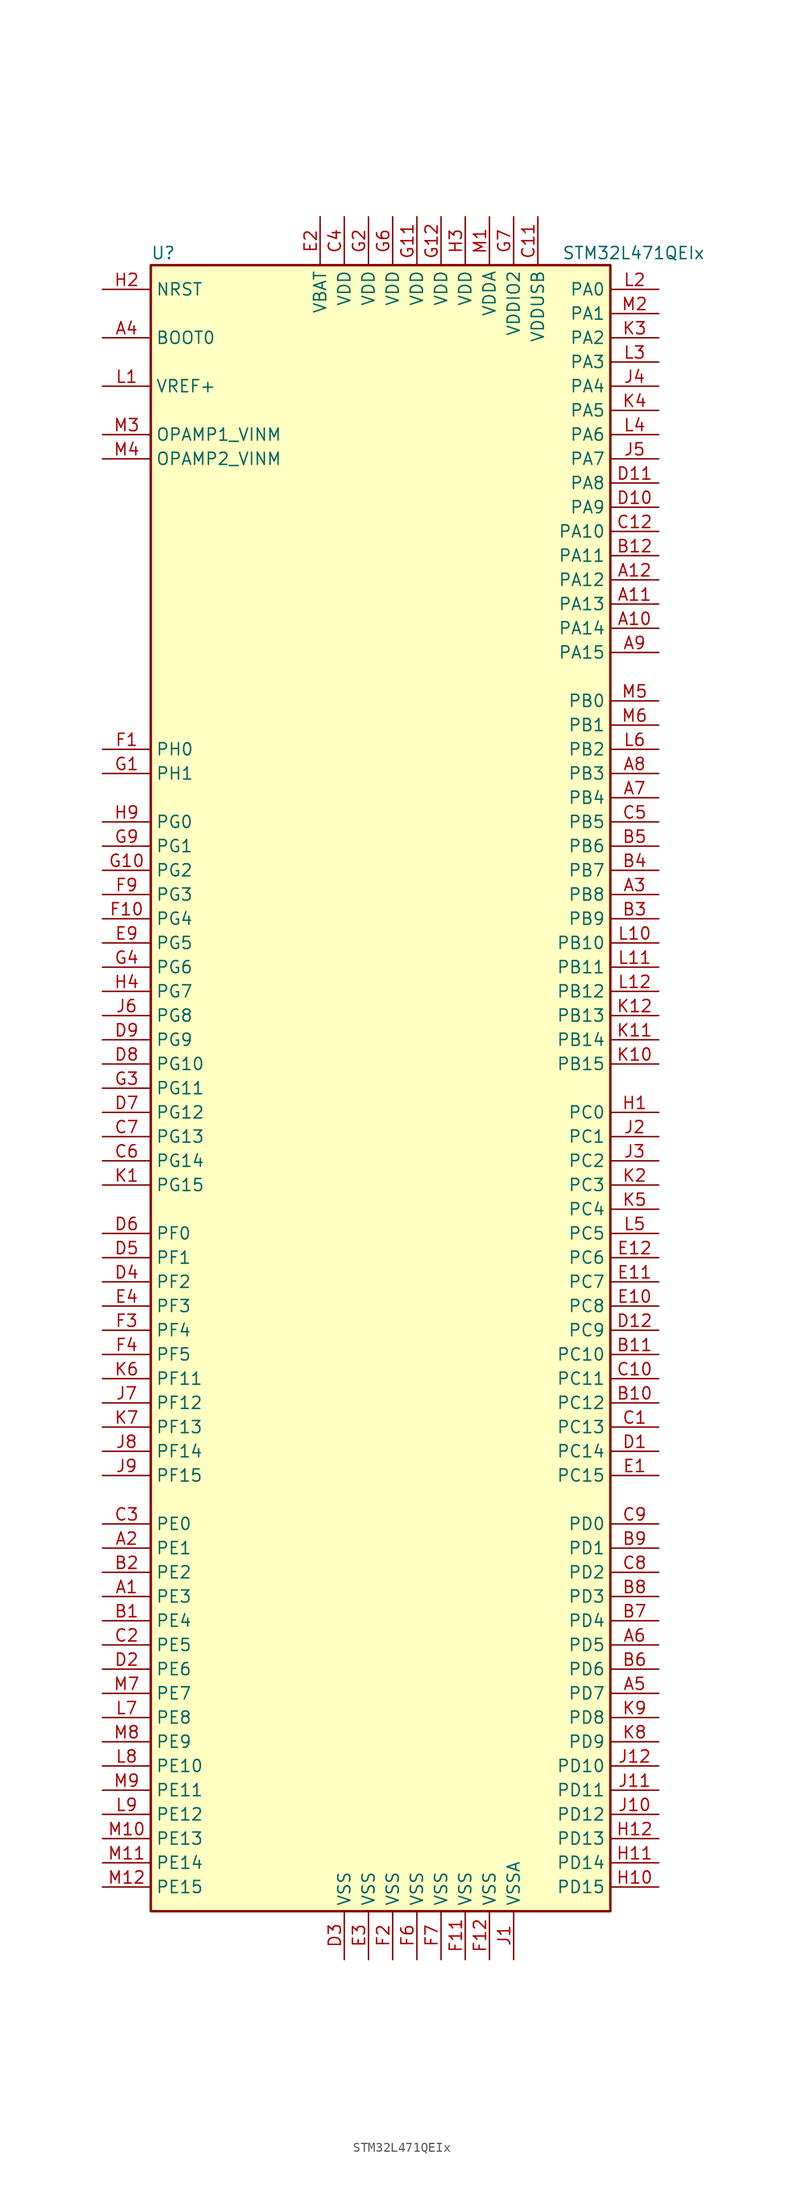
<source format=kicad_sym>
(kicad_symbol_lib
  (version 20201005)
  (generator kicad_symbol_editor)
  (symbol "STM32L471QEIx"
    (property "Reference" "U"
      (at -25.4 87.63 0)
      (effects (font (size 1.27 1.27)) (justify left)))
    (property "Value" "STM32L471QEIx"
      (at 17.78 87.63 0)
      (effects (font (size 1.27 1.27)) (justify left)))
    (symbol "STM32L471QEIx_0_1"
      (rectangle (start -25.4 -86.36) (end 22.86 86.36) (stroke (width 0.254)) (fill (type background))))
    (symbol "STM32L471QEIx_1_1"
      (pin input line (at -30.48 78.74 0) (length 5.08) (name "BOOT0" (effects (font (size 1.27 1.27)))) (number "A4" (effects (font (size 1.27 1.27)))))
      (pin input line (at -30.48 83.82 0) (length 5.08) (name "NRST" (effects (font (size 1.27 1.27)))) (number "H2" (effects (font (size 1.27 1.27)))))
      (pin bidirectional line (at -30.48 68.58 0) (length 5.08) (name "OPAMP1_VINM" (effects (font (size 1.27 1.27)))) (number "M3" (effects (font (size 1.27 1.27)))))
      (pin bidirectional line (at -30.48 66.04 0) (length 5.08) (name "OPAMP2_VINM" (effects (font (size 1.27 1.27)))) (number "M4" (effects (font (size 1.27 1.27)))))
      (pin bidirectional line (at 27.94 83.82 180) (length 5.08) (name "PA0" (effects (font (size 1.27 1.27)))) (number "L2" (effects (font (size 1.27 1.27)))))
      (pin bidirectional line (at 27.94 81.28 180) (length 5.08) (name "PA1" (effects (font (size 1.27 1.27)))) (number "M2" (effects (font (size 1.27 1.27)))))
      (pin bidirectional line (at 27.94 58.42 180) (length 5.08) (name "PA10" (effects (font (size 1.27 1.27)))) (number "C12" (effects (font (size 1.27 1.27)))))
      (pin bidirectional line (at 27.94 55.88 180) (length 5.08) (name "PA11" (effects (font (size 1.27 1.27)))) (number "B12" (effects (font (size 1.27 1.27)))))
      (pin bidirectional line (at 27.94 53.34 180) (length 5.08) (name "PA12" (effects (font (size 1.27 1.27)))) (number "A12" (effects (font (size 1.27 1.27)))))
      (pin bidirectional line (at 27.94 50.8 180) (length 5.08) (name "PA13" (effects (font (size 1.27 1.27)))) (number "A11" (effects (font (size 1.27 1.27)))))
      (pin bidirectional line (at 27.94 48.26 180) (length 5.08) (name "PA14" (effects (font (size 1.27 1.27)))) (number "A10" (effects (font (size 1.27 1.27)))))
      (pin bidirectional line (at 27.94 45.72 180) (length 5.08) (name "PA15" (effects (font (size 1.27 1.27)))) (number "A9" (effects (font (size 1.27 1.27)))))
      (pin bidirectional line (at 27.94 78.74 180) (length 5.08) (name "PA2" (effects (font (size 1.27 1.27)))) (number "K3" (effects (font (size 1.27 1.27)))))
      (pin bidirectional line (at 27.94 76.2 180) (length 5.08) (name "PA3" (effects (font (size 1.27 1.27)))) (number "L3" (effects (font (size 1.27 1.27)))))
      (pin bidirectional line (at 27.94 73.66 180) (length 5.08) (name "PA4" (effects (font (size 1.27 1.27)))) (number "J4" (effects (font (size 1.27 1.27)))))
      (pin bidirectional line (at 27.94 71.12 180) (length 5.08) (name "PA5" (effects (font (size 1.27 1.27)))) (number "K4" (effects (font (size 1.27 1.27)))))
      (pin bidirectional line (at 27.94 68.58 180) (length 5.08) (name "PA6" (effects (font (size 1.27 1.27)))) (number "L4" (effects (font (size 1.27 1.27)))))
      (pin bidirectional line (at 27.94 66.04 180) (length 5.08) (name "PA7" (effects (font (size 1.27 1.27)))) (number "J5" (effects (font (size 1.27 1.27)))))
      (pin bidirectional line (at 27.94 63.5 180) (length 5.08) (name "PA8" (effects (font (size 1.27 1.27)))) (number "D11" (effects (font (size 1.27 1.27)))))
      (pin bidirectional line (at 27.94 60.96 180) (length 5.08) (name "PA9" (effects (font (size 1.27 1.27)))) (number "D10" (effects (font (size 1.27 1.27)))))
      (pin bidirectional line (at 27.94 40.64 180) (length 5.08) (name "PB0" (effects (font (size 1.27 1.27)))) (number "M5" (effects (font (size 1.27 1.27)))))
      (pin bidirectional line (at 27.94 38.1 180) (length 5.08) (name "PB1" (effects (font (size 1.27 1.27)))) (number "M6" (effects (font (size 1.27 1.27)))))
      (pin bidirectional line (at 27.94 15.24 180) (length 5.08) (name "PB10" (effects (font (size 1.27 1.27)))) (number "L10" (effects (font (size 1.27 1.27)))))
      (pin bidirectional line (at 27.94 12.7 180) (length 5.08) (name "PB11" (effects (font (size 1.27 1.27)))) (number "L11" (effects (font (size 1.27 1.27)))))
      (pin bidirectional line (at 27.94 10.16 180) (length 5.08) (name "PB12" (effects (font (size 1.27 1.27)))) (number "L12" (effects (font (size 1.27 1.27)))))
      (pin bidirectional line (at 27.94 7.62 180) (length 5.08) (name "PB13" (effects (font (size 1.27 1.27)))) (number "K12" (effects (font (size 1.27 1.27)))))
      (pin bidirectional line (at 27.94 5.08 180) (length 5.08) (name "PB14" (effects (font (size 1.27 1.27)))) (number "K11" (effects (font (size 1.27 1.27)))))
      (pin bidirectional line (at 27.94 2.54 180) (length 5.08) (name "PB15" (effects (font (size 1.27 1.27)))) (number "K10" (effects (font (size 1.27 1.27)))))
      (pin bidirectional line (at 27.94 35.56 180) (length 5.08) (name "PB2" (effects (font (size 1.27 1.27)))) (number "L6" (effects (font (size 1.27 1.27)))))
      (pin bidirectional line (at 27.94 33.02 180) (length 5.08) (name "PB3" (effects (font (size 1.27 1.27)))) (number "A8" (effects (font (size 1.27 1.27)))))
      (pin bidirectional line (at 27.94 30.48 180) (length 5.08) (name "PB4" (effects (font (size 1.27 1.27)))) (number "A7" (effects (font (size 1.27 1.27)))))
      (pin bidirectional line (at 27.94 27.94 180) (length 5.08) (name "PB5" (effects (font (size 1.27 1.27)))) (number "C5" (effects (font (size 1.27 1.27)))))
      (pin bidirectional line (at 27.94 25.4 180) (length 5.08) (name "PB6" (effects (font (size 1.27 1.27)))) (number "B5" (effects (font (size 1.27 1.27)))))
      (pin bidirectional line (at 27.94 22.86 180) (length 5.08) (name "PB7" (effects (font (size 1.27 1.27)))) (number "B4" (effects (font (size 1.27 1.27)))))
      (pin bidirectional line (at 27.94 20.32 180) (length 5.08) (name "PB8" (effects (font (size 1.27 1.27)))) (number "A3" (effects (font (size 1.27 1.27)))))
      (pin bidirectional line (at 27.94 17.78 180) (length 5.08) (name "PB9" (effects (font (size 1.27 1.27)))) (number "B3" (effects (font (size 1.27 1.27)))))
      (pin bidirectional line (at 27.94 -2.54 180) (length 5.08) (name "PC0" (effects (font (size 1.27 1.27)))) (number "H1" (effects (font (size 1.27 1.27)))))
      (pin bidirectional line (at 27.94 -5.08 180) (length 5.08) (name "PC1" (effects (font (size 1.27 1.27)))) (number "J2" (effects (font (size 1.27 1.27)))))
      (pin bidirectional line (at 27.94 -27.94 180) (length 5.08) (name "PC10" (effects (font (size 1.27 1.27)))) (number "B11" (effects (font (size 1.27 1.27)))))
      (pin bidirectional line (at 27.94 -30.48 180) (length 5.08) (name "PC11" (effects (font (size 1.27 1.27)))) (number "C10" (effects (font (size 1.27 1.27)))))
      (pin bidirectional line (at 27.94 -33.02 180) (length 5.08) (name "PC12" (effects (font (size 1.27 1.27)))) (number "B10" (effects (font (size 1.27 1.27)))))
      (pin bidirectional line (at 27.94 -35.56 180) (length 5.08) (name "PC13" (effects (font (size 1.27 1.27)))) (number "C1" (effects (font (size 1.27 1.27)))))
      (pin bidirectional line (at 27.94 -38.1 180) (length 5.08) (name "PC14" (effects (font (size 1.27 1.27)))) (number "D1" (effects (font (size 1.27 1.27)))))
      (pin bidirectional line (at 27.94 -40.64 180) (length 5.08) (name "PC15" (effects (font (size 1.27 1.27)))) (number "E1" (effects (font (size 1.27 1.27)))))
      (pin bidirectional line (at 27.94 -7.62 180) (length 5.08) (name "PC2" (effects (font (size 1.27 1.27)))) (number "J3" (effects (font (size 1.27 1.27)))))
      (pin bidirectional line (at 27.94 -10.16 180) (length 5.08) (name "PC3" (effects (font (size 1.27 1.27)))) (number "K2" (effects (font (size 1.27 1.27)))))
      (pin bidirectional line (at 27.94 -12.7 180) (length 5.08) (name "PC4" (effects (font (size 1.27 1.27)))) (number "K5" (effects (font (size 1.27 1.27)))))
      (pin bidirectional line (at 27.94 -15.24 180) (length 5.08) (name "PC5" (effects (font (size 1.27 1.27)))) (number "L5" (effects (font (size 1.27 1.27)))))
      (pin bidirectional line (at 27.94 -17.78 180) (length 5.08) (name "PC6" (effects (font (size 1.27 1.27)))) (number "E12" (effects (font (size 1.27 1.27)))))
      (pin bidirectional line (at 27.94 -20.32 180) (length 5.08) (name "PC7" (effects (font (size 1.27 1.27)))) (number "E11" (effects (font (size 1.27 1.27)))))
      (pin bidirectional line (at 27.94 -22.86 180) (length 5.08) (name "PC8" (effects (font (size 1.27 1.27)))) (number "E10" (effects (font (size 1.27 1.27)))))
      (pin bidirectional line (at 27.94 -25.4 180) (length 5.08) (name "PC9" (effects (font (size 1.27 1.27)))) (number "D12" (effects (font (size 1.27 1.27)))))
      (pin bidirectional line (at 27.94 -45.72 180) (length 5.08) (name "PD0" (effects (font (size 1.27 1.27)))) (number "C9" (effects (font (size 1.27 1.27)))))
      (pin bidirectional line (at 27.94 -48.26 180) (length 5.08) (name "PD1" (effects (font (size 1.27 1.27)))) (number "B9" (effects (font (size 1.27 1.27)))))
      (pin bidirectional line (at 27.94 -71.12 180) (length 5.08) (name "PD10" (effects (font (size 1.27 1.27)))) (number "J12" (effects (font (size 1.27 1.27)))))
      (pin bidirectional line (at 27.94 -73.66 180) (length 5.08) (name "PD11" (effects (font (size 1.27 1.27)))) (number "J11" (effects (font (size 1.27 1.27)))))
      (pin bidirectional line (at 27.94 -76.2 180) (length 5.08) (name "PD12" (effects (font (size 1.27 1.27)))) (number "J10" (effects (font (size 1.27 1.27)))))
      (pin bidirectional line (at 27.94 -78.74 180) (length 5.08) (name "PD13" (effects (font (size 1.27 1.27)))) (number "H12" (effects (font (size 1.27 1.27)))))
      (pin bidirectional line (at 27.94 -81.28 180) (length 5.08) (name "PD14" (effects (font (size 1.27 1.27)))) (number "H11" (effects (font (size 1.27 1.27)))))
      (pin bidirectional line (at 27.94 -83.82 180) (length 5.08) (name "PD15" (effects (font (size 1.27 1.27)))) (number "H10" (effects (font (size 1.27 1.27)))))
      (pin bidirectional line (at 27.94 -50.8 180) (length 5.08) (name "PD2" (effects (font (size 1.27 1.27)))) (number "C8" (effects (font (size 1.27 1.27)))))
      (pin bidirectional line (at 27.94 -53.34 180) (length 5.08) (name "PD3" (effects (font (size 1.27 1.27)))) (number "B8" (effects (font (size 1.27 1.27)))))
      (pin bidirectional line (at 27.94 -55.88 180) (length 5.08) (name "PD4" (effects (font (size 1.27 1.27)))) (number "B7" (effects (font (size 1.27 1.27)))))
      (pin bidirectional line (at 27.94 -58.42 180) (length 5.08) (name "PD5" (effects (font (size 1.27 1.27)))) (number "A6" (effects (font (size 1.27 1.27)))))
      (pin bidirectional line (at 27.94 -60.96 180) (length 5.08) (name "PD6" (effects (font (size 1.27 1.27)))) (number "B6" (effects (font (size 1.27 1.27)))))
      (pin bidirectional line (at 27.94 -63.5 180) (length 5.08) (name "PD7" (effects (font (size 1.27 1.27)))) (number "A5" (effects (font (size 1.27 1.27)))))
      (pin bidirectional line (at 27.94 -66.04 180) (length 5.08) (name "PD8" (effects (font (size 1.27 1.27)))) (number "K9" (effects (font (size 1.27 1.27)))))
      (pin bidirectional line (at 27.94 -68.58 180) (length 5.08) (name "PD9" (effects (font (size 1.27 1.27)))) (number "K8" (effects (font (size 1.27 1.27)))))
      (pin bidirectional line (at -30.48 -45.72 0) (length 5.08) (name "PE0" (effects (font (size 1.27 1.27)))) (number "C3" (effects (font (size 1.27 1.27)))))
      (pin bidirectional line (at -30.48 -48.26 0) (length 5.08) (name "PE1" (effects (font (size 1.27 1.27)))) (number "A2" (effects (font (size 1.27 1.27)))))
      (pin bidirectional line (at -30.48 -71.12 0) (length 5.08) (name "PE10" (effects (font (size 1.27 1.27)))) (number "L8" (effects (font (size 1.27 1.27)))))
      (pin bidirectional line (at -30.48 -73.66 0) (length 5.08) (name "PE11" (effects (font (size 1.27 1.27)))) (number "M9" (effects (font (size 1.27 1.27)))))
      (pin bidirectional line (at -30.48 -76.2 0) (length 5.08) (name "PE12" (effects (font (size 1.27 1.27)))) (number "L9" (effects (font (size 1.27 1.27)))))
      (pin bidirectional line (at -30.48 -78.74 0) (length 5.08) (name "PE13" (effects (font (size 1.27 1.27)))) (number "M10" (effects (font (size 1.27 1.27)))))
      (pin bidirectional line (at -30.48 -81.28 0) (length 5.08) (name "PE14" (effects (font (size 1.27 1.27)))) (number "M11" (effects (font (size 1.27 1.27)))))
      (pin bidirectional line (at -30.48 -83.82 0) (length 5.08) (name "PE15" (effects (font (size 1.27 1.27)))) (number "M12" (effects (font (size 1.27 1.27)))))
      (pin bidirectional line (at -30.48 -50.8 0) (length 5.08) (name "PE2" (effects (font (size 1.27 1.27)))) (number "B2" (effects (font (size 1.27 1.27)))))
      (pin bidirectional line (at -30.48 -53.34 0) (length 5.08) (name "PE3" (effects (font (size 1.27 1.27)))) (number "A1" (effects (font (size 1.27 1.27)))))
      (pin bidirectional line (at -30.48 -55.88 0) (length 5.08) (name "PE4" (effects (font (size 1.27 1.27)))) (number "B1" (effects (font (size 1.27 1.27)))))
      (pin bidirectional line (at -30.48 -58.42 0) (length 5.08) (name "PE5" (effects (font (size 1.27 1.27)))) (number "C2" (effects (font (size 1.27 1.27)))))
      (pin bidirectional line (at -30.48 -60.96 0) (length 5.08) (name "PE6" (effects (font (size 1.27 1.27)))) (number "D2" (effects (font (size 1.27 1.27)))))
      (pin bidirectional line (at -30.48 -63.5 0) (length 5.08) (name "PE7" (effects (font (size 1.27 1.27)))) (number "M7" (effects (font (size 1.27 1.27)))))
      (pin bidirectional line (at -30.48 -66.04 0) (length 5.08) (name "PE8" (effects (font (size 1.27 1.27)))) (number "L7" (effects (font (size 1.27 1.27)))))
      (pin bidirectional line (at -30.48 -68.58 0) (length 5.08) (name "PE9" (effects (font (size 1.27 1.27)))) (number "M8" (effects (font (size 1.27 1.27)))))
      (pin bidirectional line (at -30.48 -15.24 0) (length 5.08) (name "PF0" (effects (font (size 1.27 1.27)))) (number "D6" (effects (font (size 1.27 1.27)))))
      (pin bidirectional line (at -30.48 -17.78 0) (length 5.08) (name "PF1" (effects (font (size 1.27 1.27)))) (number "D5" (effects (font (size 1.27 1.27)))))
      (pin bidirectional line (at -30.48 -30.48 0) (length 5.08) (name "PF11" (effects (font (size 1.27 1.27)))) (number "K6" (effects (font (size 1.27 1.27)))))
      (pin bidirectional line (at -30.48 -33.02 0) (length 5.08) (name "PF12" (effects (font (size 1.27 1.27)))) (number "J7" (effects (font (size 1.27 1.27)))))
      (pin bidirectional line (at -30.48 -35.56 0) (length 5.08) (name "PF13" (effects (font (size 1.27 1.27)))) (number "K7" (effects (font (size 1.27 1.27)))))
      (pin bidirectional line (at -30.48 -38.1 0) (length 5.08) (name "PF14" (effects (font (size 1.27 1.27)))) (number "J8" (effects (font (size 1.27 1.27)))))
      (pin bidirectional line (at -30.48 -40.64 0) (length 5.08) (name "PF15" (effects (font (size 1.27 1.27)))) (number "J9" (effects (font (size 1.27 1.27)))))
      (pin bidirectional line (at -30.48 -20.32 0) (length 5.08) (name "PF2" (effects (font (size 1.27 1.27)))) (number "D4" (effects (font (size 1.27 1.27)))))
      (pin bidirectional line (at -30.48 -22.86 0) (length 5.08) (name "PF3" (effects (font (size 1.27 1.27)))) (number "E4" (effects (font (size 1.27 1.27)))))
      (pin bidirectional line (at -30.48 -25.4 0) (length 5.08) (name "PF4" (effects (font (size 1.27 1.27)))) (number "F3" (effects (font (size 1.27 1.27)))))
      (pin bidirectional line (at -30.48 -27.94 0) (length 5.08) (name "PF5" (effects (font (size 1.27 1.27)))) (number "F4" (effects (font (size 1.27 1.27)))))
      (pin bidirectional line (at -30.48 27.94 0) (length 5.08) (name "PG0" (effects (font (size 1.27 1.27)))) (number "H9" (effects (font (size 1.27 1.27)))))
      (pin bidirectional line (at -30.48 25.4 0) (length 5.08) (name "PG1" (effects (font (size 1.27 1.27)))) (number "G9" (effects (font (size 1.27 1.27)))))
      (pin bidirectional line (at -30.48 2.54 0) (length 5.08) (name "PG10" (effects (font (size 1.27 1.27)))) (number "D8" (effects (font (size 1.27 1.27)))))
      (pin bidirectional line (at -30.48 0 0) (length 5.08) (name "PG11" (effects (font (size 1.27 1.27)))) (number "G3" (effects (font (size 1.27 1.27)))))
      (pin bidirectional line (at -30.48 -2.54 0) (length 5.08) (name "PG12" (effects (font (size 1.27 1.27)))) (number "D7" (effects (font (size 1.27 1.27)))))
      (pin bidirectional line (at -30.48 -5.08 0) (length 5.08) (name "PG13" (effects (font (size 1.27 1.27)))) (number "C7" (effects (font (size 1.27 1.27)))))
      (pin bidirectional line (at -30.48 -7.62 0) (length 5.08) (name "PG14" (effects (font (size 1.27 1.27)))) (number "C6" (effects (font (size 1.27 1.27)))))
      (pin bidirectional line (at -30.48 -10.16 0) (length 5.08) (name "PG15" (effects (font (size 1.27 1.27)))) (number "K1" (effects (font (size 1.27 1.27)))))
      (pin bidirectional line (at -30.48 22.86 0) (length 5.08) (name "PG2" (effects (font (size 1.27 1.27)))) (number "G10" (effects (font (size 1.27 1.27)))))
      (pin bidirectional line (at -30.48 20.32 0) (length 5.08) (name "PG3" (effects (font (size 1.27 1.27)))) (number "F9" (effects (font (size 1.27 1.27)))))
      (pin bidirectional line (at -30.48 17.78 0) (length 5.08) (name "PG4" (effects (font (size 1.27 1.27)))) (number "F10" (effects (font (size 1.27 1.27)))))
      (pin bidirectional line (at -30.48 15.24 0) (length 5.08) (name "PG5" (effects (font (size 1.27 1.27)))) (number "E9" (effects (font (size 1.27 1.27)))))
      (pin bidirectional line (at -30.48 12.7 0) (length 5.08) (name "PG6" (effects (font (size 1.27 1.27)))) (number "G4" (effects (font (size 1.27 1.27)))))
      (pin bidirectional line (at -30.48 10.16 0) (length 5.08) (name "PG7" (effects (font (size 1.27 1.27)))) (number "H4" (effects (font (size 1.27 1.27)))))
      (pin bidirectional line (at -30.48 7.62 0) (length 5.08) (name "PG8" (effects (font (size 1.27 1.27)))) (number "J6" (effects (font (size 1.27 1.27)))))
      (pin bidirectional line (at -30.48 5.08 0) (length 5.08) (name "PG9" (effects (font (size 1.27 1.27)))) (number "D9" (effects (font (size 1.27 1.27)))))
      (pin input line (at -30.48 35.56 0) (length 5.08) (name "PH0" (effects (font (size 1.27 1.27)))) (number "F1" (effects (font (size 1.27 1.27)))))
      (pin input line (at -30.48 33.02 0) (length 5.08) (name "PH1" (effects (font (size 1.27 1.27)))) (number "G1" (effects (font (size 1.27 1.27)))))
      (pin power_in line (at -7.62 91.44 270) (length 5.08) (name "VBAT" (effects (font (size 1.27 1.27)))) (number "E2" (effects (font (size 1.27 1.27)))))
      (pin power_in line (at -5.08 91.44 270) (length 5.08) (name "VDD" (effects (font (size 1.27 1.27)))) (number "C4" (effects (font (size 1.27 1.27)))))
      (pin power_in line (at 2.54 91.44 270) (length 5.08) (name "VDD" (effects (font (size 1.27 1.27)))) (number "G11" (effects (font (size 1.27 1.27)))))
      (pin power_in line (at 5.08 91.44 270) (length 5.08) (name "VDD" (effects (font (size 1.27 1.27)))) (number "G12" (effects (font (size 1.27 1.27)))))
      (pin power_in line (at -2.54 91.44 270) (length 5.08) (name "VDD" (effects (font (size 1.27 1.27)))) (number "G2" (effects (font (size 1.27 1.27)))))
      (pin power_in line (at 0 91.44 270) (length 5.08) (name "VDD" (effects (font (size 1.27 1.27)))) (number "G6" (effects (font (size 1.27 1.27)))))
      (pin power_in line (at 7.62 91.44 270) (length 5.08) (name "VDD" (effects (font (size 1.27 1.27)))) (number "H3" (effects (font (size 1.27 1.27)))))
      (pin power_in line (at 10.16 91.44 270) (length 5.08) (name "VDDA" (effects (font (size 1.27 1.27)))) (number "M1" (effects (font (size 1.27 1.27)))))
      (pin power_in line (at 12.7 91.44 270) (length 5.08) (name "VDDIO2" (effects (font (size 1.27 1.27)))) (number "G7" (effects (font (size 1.27 1.27)))))
      (pin power_in line (at 15.24 91.44 270) (length 5.08) (name "VDDUSB" (effects (font (size 1.27 1.27)))) (number "C11" (effects (font (size 1.27 1.27)))))
      (pin bidirectional line (at -30.48 73.66 0) (length 5.08) (name "VREF+" (effects (font (size 1.27 1.27)))) (number "L1" (effects (font (size 1.27 1.27)))))
      (pin power_in line (at -5.08 -91.44 90) (length 5.08) (name "VSS" (effects (font (size 1.27 1.27)))) (number "D3" (effects (font (size 1.27 1.27)))))
      (pin power_in line (at -2.54 -91.44 90) (length 5.08) (name "VSS" (effects (font (size 1.27 1.27)))) (number "E3" (effects (font (size 1.27 1.27)))))
      (pin power_in line (at 7.62 -91.44 90) (length 5.08) (name "VSS" (effects (font (size 1.27 1.27)))) (number "F11" (effects (font (size 1.27 1.27)))))
      (pin power_in line (at 10.16 -91.44 90) (length 5.08) (name "VSS" (effects (font (size 1.27 1.27)))) (number "F12" (effects (font (size 1.27 1.27)))))
      (pin power_in line (at 0 -91.44 90) (length 5.08) (name "VSS" (effects (font (size 1.27 1.27)))) (number "F2" (effects (font (size 1.27 1.27)))))
      (pin power_in line (at 2.54 -91.44 90) (length 5.08) (name "VSS" (effects (font (size 1.27 1.27)))) (number "F6" (effects (font (size 1.27 1.27)))))
      (pin power_in line (at 5.08 -91.44 90) (length 5.08) (name "VSS" (effects (font (size 1.27 1.27)))) (number "F7" (effects (font (size 1.27 1.27)))))
      (pin power_in line (at 12.7 -91.44 90) (length 5.08) (name "VSSA" (effects (font (size 1.27 1.27)))) (number "J1" (effects (font (size 1.27 1.27))))))))
</source>
